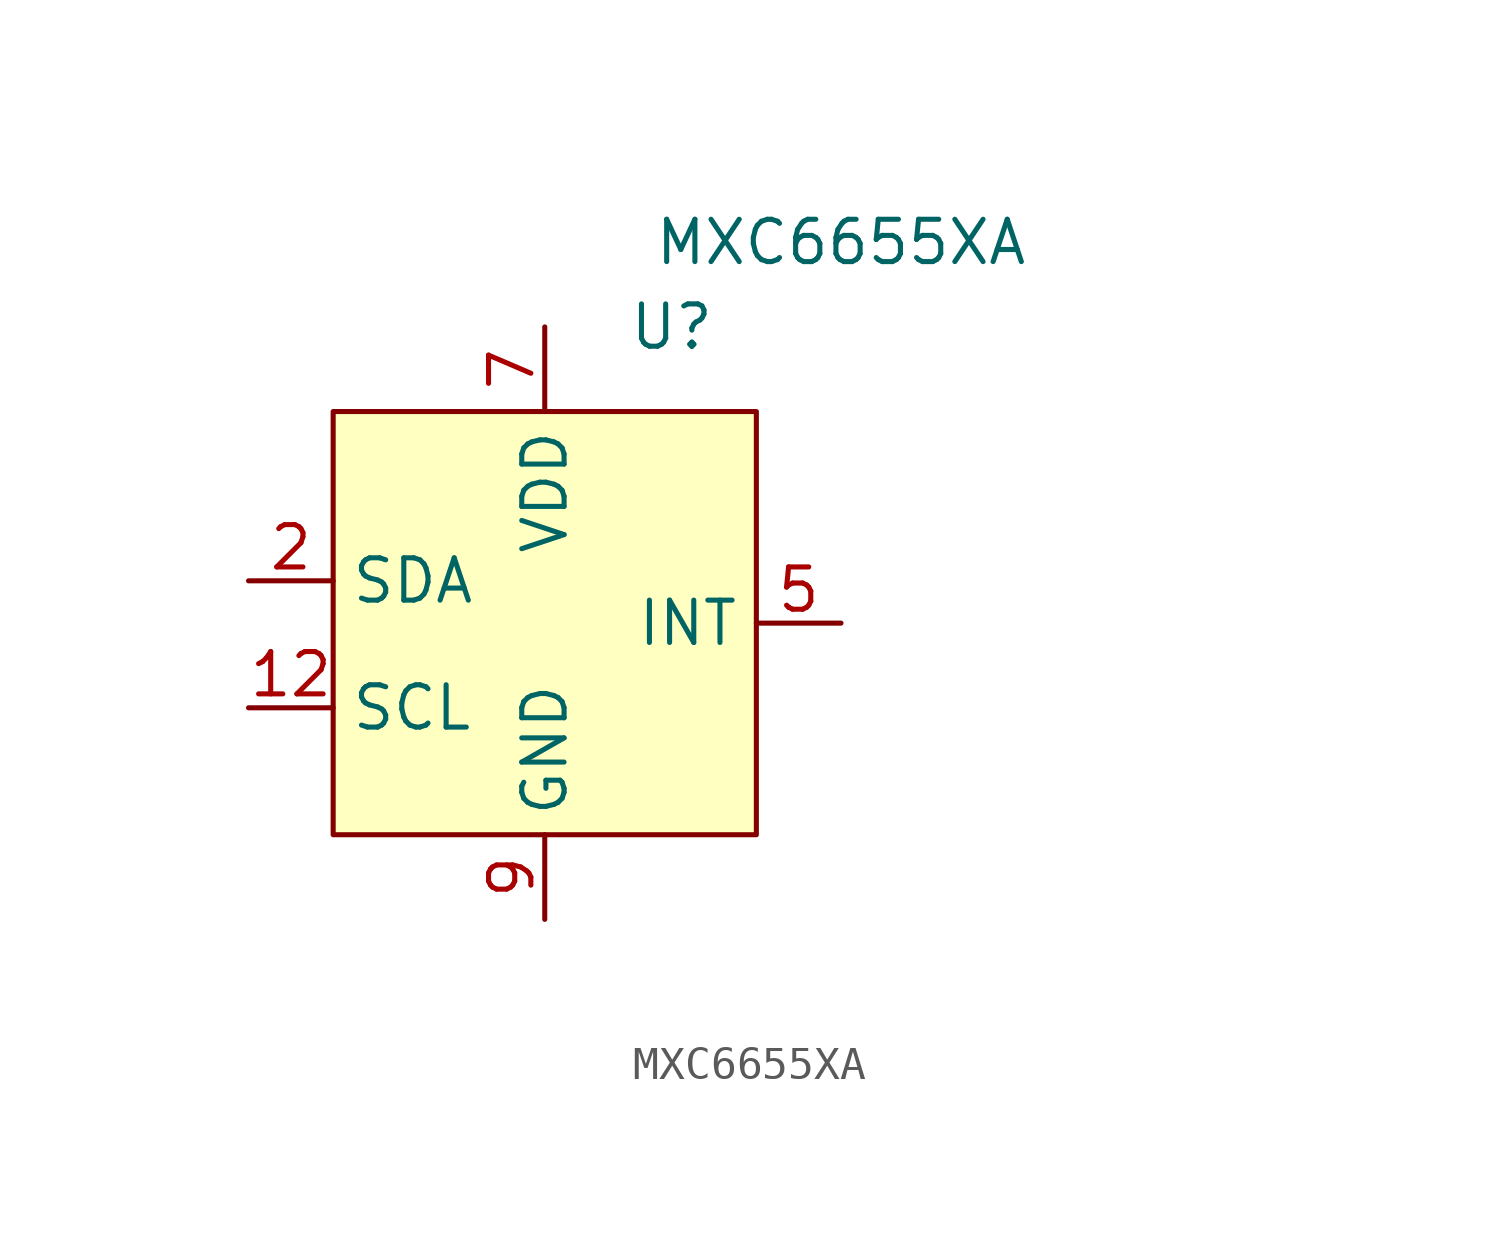
<source format=kicad_sym>
(kicad_symbol_lib
  (version 20211014)
  (generator kicad_symbol_editor)
  (symbol "MXC6655XA"
    (property "Reference" "U"
      (at 3.81 8.89 0)
      (effects (font (size 1.27 1.27))))
    (property "Value" "MXC6655XA"
      (at 8.89 11.43 0)
      (effects (font (size 1.27 1.27))))
    (symbol "MXC6655XA_0_1"
      (rectangle (start -6.35 6.35) (end 6.35 -6.35) (stroke (width 0) (type default) (color 0 0 0 0)) (fill (type background))))
    (symbol "MXC6655XA_1_1"
      (pin no_connect line (at 6.35 -10.16 90) (length 2.54) hide (name "" (effects (font (size 1.27 1.27)))) (number "1" (effects (font (size 1.27 1.27)))))
      (pin no_connect line (at 19.05 -10.16 90) (length 2.54) hide (name "" (effects (font (size 1.27 1.27)))) (number "10" (effects (font (size 1.27 1.27)))))
      (pin no_connect line (at 21.59 -10.16 90) (length 2.54) hide (name "" (effects (font (size 1.27 1.27)))) (number "11" (effects (font (size 1.27 1.27)))))
      (pin bidirectional line (at -8.89 -2.54 0) (length 2.54) (name "SCL" (effects (font (size 1.27 1.27)))) (number "12" (effects (font (size 1.27 1.27)))))
      (pin bidirectional line (at -8.89 1.27 0) (length 2.54) (name "SDA" (effects (font (size 1.27 1.27)))) (number "2" (effects (font (size 1.27 1.27)))))
      (pin no_connect line (at 8.89 -10.16 90) (length 2.54) hide (name "" (effects (font (size 1.27 1.27)))) (number "3" (effects (font (size 1.27 1.27)))))
      (pin no_connect line (at 11.43 -10.16 90) (length 2.54) hide (name "" (effects (font (size 1.27 1.27)))) (number "4" (effects (font (size 1.27 1.27)))))
      (pin bidirectional line (at 8.89 0 180) (length 2.54) (name "INT" (effects (font (size 1.27 1.27)))) (number "5" (effects (font (size 1.27 1.27)))))
      (pin no_connect line (at 13.97 -10.16 90) (length 2.54) hide (name "" (effects (font (size 1.27 1.27)))) (number "6" (effects (font (size 1.27 1.27)))))
      (pin power_in line (at 0 8.89 270) (length 2.54) (name "VDD" (effects (font (size 1.27 1.27)))) (number "7" (effects (font (size 1.27 1.27)))))
      (pin no_connect line (at 16.51 -10.16 90) (length 2.54) hide (name "" (effects (font (size 1.27 1.27)))) (number "8" (effects (font (size 1.27 1.27)))))
      (pin power_in line (at 0 -8.89 90) (length 2.54) (name "GND" (effects (font (size 1.27 1.27)))) (number "9" (effects (font (size 1.27 1.27))))))))
</source>
